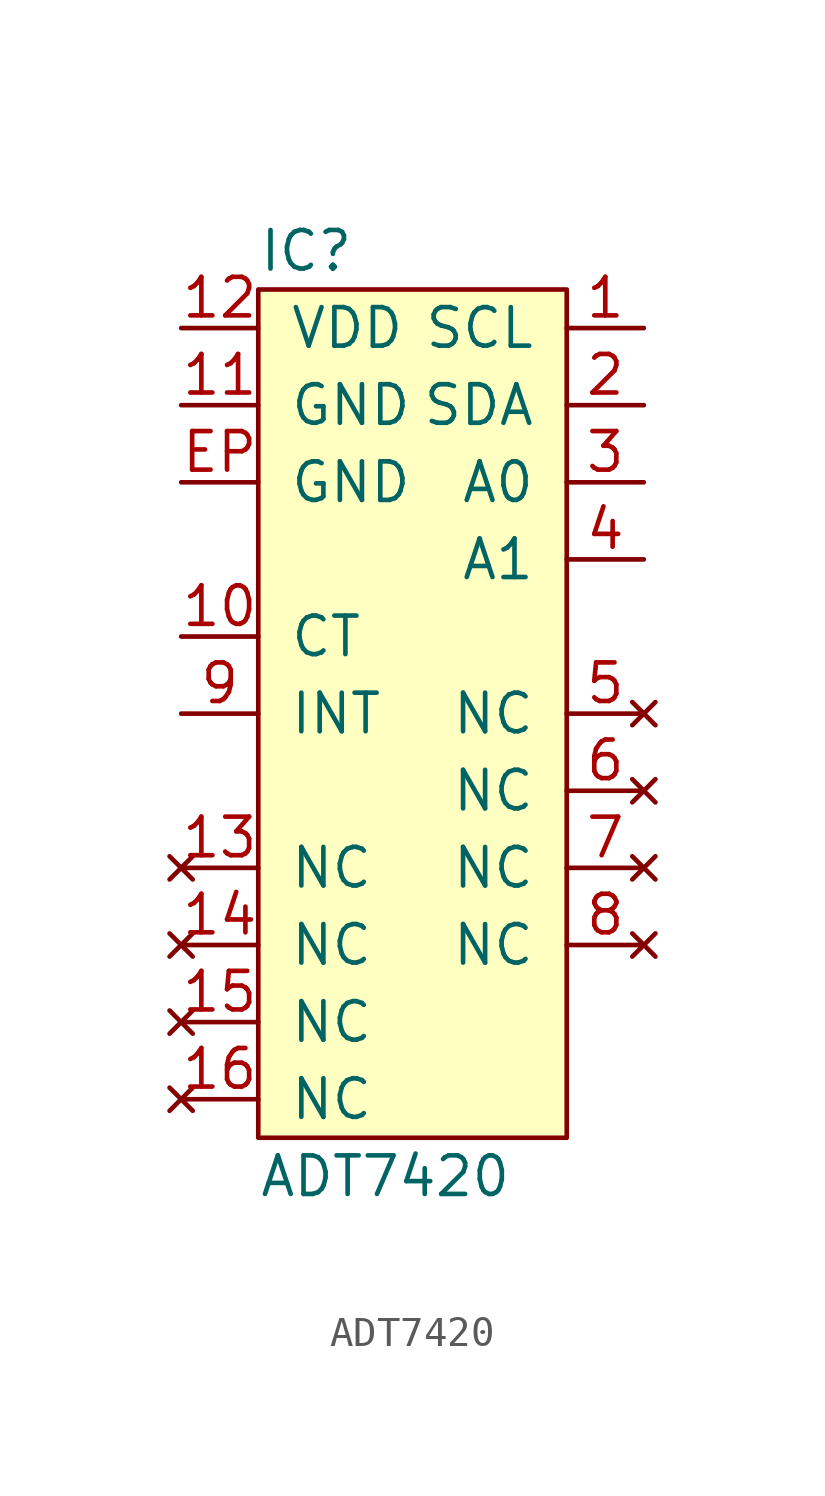
<source format=kicad_sym>
(kicad_symbol_lib
  (version 20211014)
  (generator agg_kicad.build_lib_ic)
  (symbol "ADT7420"
    (pin_names
      (offset 1.016))
    (property Reference IC
      (at -5.08 15.24 0)
      (effects (font (size 1.27 1.27)) (justify left)))
    (property Value "ADT7420"
      (at -5.08 -15.24 0)
      (effects (font (size 1.27 1.27)) (justify left)))
    (symbol "ADT7420_0_0"
      (rectangle (start -5.08 13.97) (end 5.08 -13.97) (stroke (width 0) (type default) (color 0 0 0 0)) (fill (type background)))
      (pin power_in line (at -7.62 12.7 0) (length 2.54) (name VDD (effects (font (size 1.27 1.27)))) (number "12" (effects (font (size 1.27 1.27)))))
      (pin power_in line (at -7.62 10.16 0) (length 2.54) (name GND (effects (font (size 1.27 1.27)))) (number "11" (effects (font (size 1.27 1.27)))))
      (pin power_in line (at -7.62 7.62 0) (length 2.54) (name GND (effects (font (size 1.27 1.27)))) (number EP (effects (font (size 1.27 1.27)))))
      (pin open_collector line (at -7.62 2.54 0) (length 2.54) (name CT (effects (font (size 1.27 1.27)))) (number "10" (effects (font (size 1.27 1.27)))))
      (pin open_collector line (at -7.62 0 0) (length 2.54) (name INT (effects (font (size 1.27 1.27)))) (number "9" (effects (font (size 1.27 1.27)))))
      (pin no_connect line (at -7.62 -5.08 0) (length 2.54) (name NC (effects (font (size 1.27 1.27)))) (number "13" (effects (font (size 1.27 1.27)))))
      (pin no_connect line (at -7.62 -7.62 0) (length 2.54) (name NC (effects (font (size 1.27 1.27)))) (number "14" (effects (font (size 1.27 1.27)))))
      (pin no_connect line (at -7.62 -10.16 0) (length 2.54) (name NC (effects (font (size 1.27 1.27)))) (number "15" (effects (font (size 1.27 1.27)))))
      (pin no_connect line (at -7.62 -12.7 0) (length 2.54) (name NC (effects (font (size 1.27 1.27)))) (number "16" (effects (font (size 1.27 1.27)))))
      (pin open_collector line (at 7.62 12.7 180) (length 2.54) (name SCL (effects (font (size 1.27 1.27)))) (number "1" (effects (font (size 1.27 1.27)))))
      (pin open_collector line (at 7.62 10.16 180) (length 2.54) (name SDA (effects (font (size 1.27 1.27)))) (number "2" (effects (font (size 1.27 1.27)))))
      (pin input line (at 7.62 7.62 180) (length 2.54) (name "A0" (effects (font (size 1.27 1.27)))) (number "3" (effects (font (size 1.27 1.27)))))
      (pin input line (at 7.62 5.08 180) (length 2.54) (name "A1" (effects (font (size 1.27 1.27)))) (number "4" (effects (font (size 1.27 1.27)))))
      (pin no_connect line (at 7.62 0 180) (length 2.54) (name NC (effects (font (size 1.27 1.27)))) (number "5" (effects (font (size 1.27 1.27)))))
      (pin no_connect line (at 7.62 -2.54 180) (length 2.54) (name NC (effects (font (size 1.27 1.27)))) (number "6" (effects (font (size 1.27 1.27)))))
      (pin no_connect line (at 7.62 -5.08 180) (length 2.54) (name NC (effects (font (size 1.27 1.27)))) (number "7" (effects (font (size 1.27 1.27)))))
      (pin no_connect line (at 7.62 -7.62 180) (length 2.54) (name NC (effects (font (size 1.27 1.27)))) (number "8" (effects (font (size 1.27 1.27))))))))
</source>
